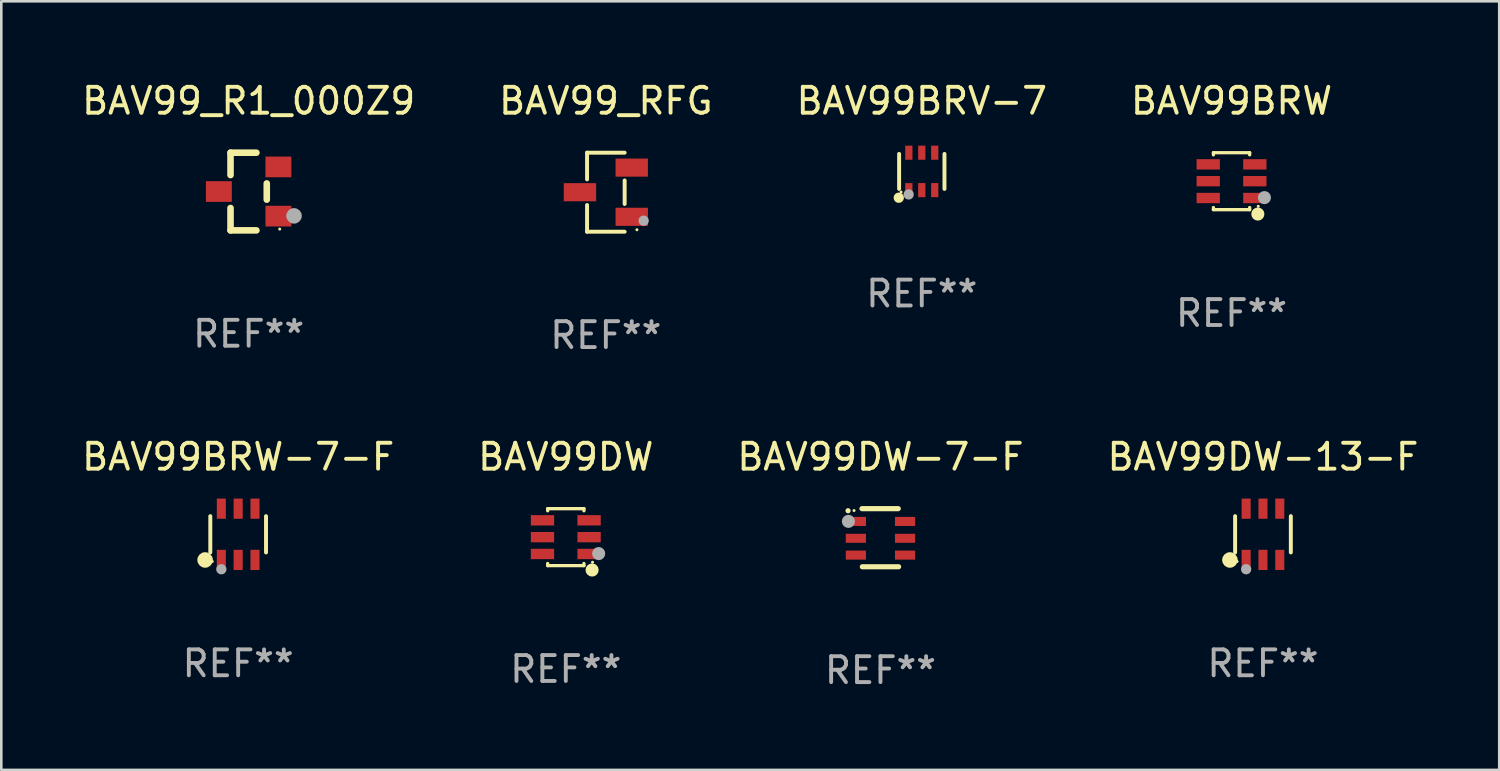
<source format=kicad_pcb>
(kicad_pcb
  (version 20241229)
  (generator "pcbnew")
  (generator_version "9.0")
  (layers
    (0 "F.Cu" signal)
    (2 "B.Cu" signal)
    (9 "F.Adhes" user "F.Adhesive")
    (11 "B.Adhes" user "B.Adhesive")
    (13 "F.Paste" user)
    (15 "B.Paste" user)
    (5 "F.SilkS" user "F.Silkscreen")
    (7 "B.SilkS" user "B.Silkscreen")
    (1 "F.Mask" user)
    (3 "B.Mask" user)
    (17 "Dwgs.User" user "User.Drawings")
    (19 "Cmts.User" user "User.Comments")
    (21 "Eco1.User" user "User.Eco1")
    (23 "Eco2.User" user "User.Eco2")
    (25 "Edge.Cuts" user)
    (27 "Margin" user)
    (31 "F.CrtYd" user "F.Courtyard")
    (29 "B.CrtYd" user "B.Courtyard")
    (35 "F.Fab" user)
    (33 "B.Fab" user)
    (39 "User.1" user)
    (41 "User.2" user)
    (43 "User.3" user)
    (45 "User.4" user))
  (footprint "BAV99DW"
    (layer "F.Cu")
    (at 18.804 17.697)
    (property "Reference" "BAV99DW" (at 0 -3.1 0) (layer "F.SilkS") (effects (font (size 1 1) (thickness 0.15))))
    (attr through_hole)
    (fp_line (start -0.7 -1.018) (end -0.7 -1.1) (stroke (width 0.127) (type solid)) (layer "F.SilkS"))
    (fp_line (start -0.7 1.1) (end -0.7 1.018) (stroke (width 0.127) (type solid)) (layer "F.SilkS"))
    (fp_line (start 0.7 -1.1) (end -0.7 -1.1) (stroke (width 0.127) (type solid)) (layer "F.SilkS"))
    (fp_line (start 0.7 -1.018) (end 0.7 -1.1) (stroke (width 0.127) (type solid)) (layer "F.SilkS"))
    (fp_line (start 0.7 1.1) (end -0.7 1.1) (stroke (width 0.127) (type solid)) (layer "F.SilkS"))
    (fp_line (start 0.7 1.1) (end 0.7 1.018) (stroke (width 0.127) (type solid)) (layer "F.SilkS"))
    (fp_circle (center 1.016 1.27) (end 1.143 1.27) (stroke (width 0.254) (type solid)) (fill no) (layer "F.SilkS"))
    (fp_circle (center 1.032 0.97) (end 1.062 0.97) (stroke (width 0.06) (type solid)) (fill no) (layer "F.SilkS"))
    (fp_circle (center 1.27 0.635) (end 1.397 0.635) (stroke (width 0.254) (type solid)) (fill no) (layer "F.Fab"))
    (fp_text user "REF**" (at 0 5.1 0) (layer "F.Fab") (effects (font (size 1 1) (thickness 0.15))))
    (pad "1" smd rect (at 0.9 0.65 90) (size 0.4 0.9) (layers "F.Cu" "F.Mask" "F.Paste"))
    (pad "2" smd rect (at 0.9 -0.000102 90) (size 0.4 0.9) (layers "F.Cu" "F.Mask" "F.Paste"))
    (pad "3" smd rect (at 0.9 -0.65 90) (size 0.4 0.9) (layers "F.Cu" "F.Mask" "F.Paste"))
    (pad "4" smd rect (at -0.9 -0.65 90) (size 0.4 0.9) (layers "F.Cu" "F.Mask" "F.Paste"))
    (pad "5" smd rect (at -0.9 -0.000102 90) (size 0.4 0.9) (layers "F.Cu" "F.Mask" "F.Paste"))
    (pad "6" smd rect (at -0.9 0.65 90) (size 0.4 0.9) (layers "F.Cu" "F.Mask" "F.Paste")))
  (footprint "BAV99BRV-7"
    (layer "F.Cu")
    (at 32.554 3.571)
    (property "Reference" "BAV99BRV-7" (at 0 -2.723 0) (layer "F.SilkS") (effects (font (size 1 1) (thickness 0.15))))
    (attr through_hole)
    (fp_line (start -0.876 0.676) (end -0.876 -0.676) (stroke (width 0.152) (type solid)) (layer "F.SilkS"))
    (fp_line (start 0.876 0.676) (end 0.876 -0.676) (stroke (width 0.152) (type solid)) (layer "F.SilkS"))
    (fp_circle (center -0.889 1.016) (end -0.789 1.016) (stroke (width 0.2) (type solid)) (fill no) (layer "F.SilkS"))
    (fp_circle (center -0.8 0.795) (end -0.77 0.795) (stroke (width 0.06) (type solid)) (fill no) (layer "F.SilkS"))
    (fp_circle (center -0.508 0.889) (end -0.408 0.889) (stroke (width 0.2) (type solid)) (fill no) (layer "F.Fab"))
    (fp_text user "REF**" (at 0 4.723 0) (layer "F.Fab") (effects (font (size 1 1) (thickness 0.15))))
    (pad "1" smd rect (at -0.5 0.723) (size 0.28 0.545) (layers "F.Cu" "F.Mask" "F.Paste"))
    (pad "2" smd rect (at 0 0.723) (size 0.28 0.545) (layers "F.Cu" "F.Mask" "F.Paste"))
    (pad "3" smd rect (at 0.5 0.723) (size 0.28 0.545) (layers "F.Cu" "F.Mask" "F.Paste"))
    (pad "4" smd rect (at 0.5 -0.723) (size 0.28 0.545) (layers "F.Cu" "F.Mask" "F.Paste"))
    (pad "5" smd rect (at 0 -0.723) (size 0.28 0.545) (layers "F.Cu" "F.Mask" "F.Paste"))
    (pad "6" smd rect (at -0.5 -0.723) (size 0.28 0.545) (layers "F.Cu" "F.Mask" "F.Paste")))
  (footprint "BAV99_R1_000Z9"
    (layer "F.Cu")
    (at 6.554 4.348)
    (property "Reference" "BAV99_R1_000Z9" (at 0 -3.5 0) (layer "F.SilkS") (effects (font (size 1 1) (thickness 0.15))))
    (attr through_hole)
    (fp_line (start -0.7 -1.5) (end 0.3 -1.5) (stroke (width 0.254) (type solid)) (layer "F.SilkS"))
    (fp_line (start -0.7 -0.636) (end -0.7 -1.5) (stroke (width 0.254) (type solid)) (layer "F.SilkS"))
    (fp_line (start -0.7 1.5) (end -0.7 0.636) (stroke (width 0.254) (type solid)) (layer "F.SilkS"))
    (fp_line (start -0.7 1.5) (end 0.3 1.5) (stroke (width 0.254) (type solid)) (layer "F.SilkS"))
    (fp_line (start 0.7 0.314) (end 0.7 -0.314) (stroke (width 0.254) (type solid)) (layer "F.SilkS"))
    (fp_circle (center 1.2 1.45) (end 1.23 1.45) (stroke (width 0.06) (type solid)) (fill no) (layer "F.SilkS"))
    (fp_circle (center 1.753 0.94) (end 1.903 0.94) (stroke (width 0.3) (type solid)) (fill no) (layer "F.Fab"))
    (fp_text user "REF**" (at 0 5.5 0) (layer "F.Fab") (effects (font (size 1 1) (thickness 0.15))))
    (pad "1" smd rect (at 1.15 0.95 180) (size 1 0.8) (layers "F.Cu" "F.Mask" "F.Paste"))
    (pad "2" smd rect (at 1.15 -0.95 180) (size 1 0.8) (layers "F.Cu" "F.Mask" "F.Paste"))
    (pad "3" smd rect (at -1.15 -0.000051 180) (size 1 0.8) (layers "F.Cu" "F.Mask" "F.Paste")))
  (footprint "BAV99_RFG"
    (layer "F.Cu")
    (at 20.351 4.374)
    (property "Reference" "BAV99_RFG" (at 0 -3.526 0) (layer "F.SilkS") (effects (font (size 1 1) (thickness 0.15))))
    (attr through_hole)
    (fp_line (start -0.726 -1.526) (end -0.726 -0.495) (stroke (width 0.152) (type solid)) (layer "F.SilkS"))
    (fp_line (start -0.726 1.526) (end -0.726 0.495) (stroke (width 0.152) (type solid)) (layer "F.SilkS"))
    (fp_line (start 0.726 -1.526) (end -0.726 -1.526) (stroke (width 0.152) (type solid)) (layer "F.SilkS"))
    (fp_line (start 0.726 -0.455) (end 0.726 0.455) (stroke (width 0.152) (type solid)) (layer "F.SilkS"))
    (fp_line (start 0.726 1.526) (end -0.726 1.526) (stroke (width 0.152) (type solid)) (layer "F.SilkS"))
    (fp_circle (center 1.2 1.45) (end 1.23 1.45) (stroke (width 0.06) (type solid)) (fill no) (layer "F.SilkS"))
    (fp_circle (center 1.46 1.1) (end 1.56 1.1) (stroke (width 0.2) (type solid)) (fill no) (layer "F.Fab"))
    (fp_text user "REF**" (at 0 5.526 0) (layer "F.Fab") (effects (font (size 1 1) (thickness 0.15))))
    (pad "1" smd rect (at 1 0.95) (size 1.25 0.7) (layers "F.Cu" "F.Mask" "F.Paste"))
    (pad "2" smd rect (at 1 -0.95) (size 1.25 0.7) (layers "F.Cu" "F.Mask" "F.Paste"))
    (pad "3" smd rect (at -1 0) (size 1.25 0.7) (layers "F.Cu" "F.Mask" "F.Paste")))
  (footprint "BAV99BRW"
    (layer "F.Cu")
    (at 44.518 3.948)
    (property "Reference" "BAV99BRW" (at 0 -3.1 0) (layer "F.SilkS") (effects (font (size 1 1) (thickness 0.15))))
    (attr through_hole)
    (fp_line (start -0.7 -1.018) (end -0.7 -1.1) (stroke (width 0.127) (type solid)) (layer "F.SilkS"))
    (fp_line (start -0.7 1.1) (end -0.7 1.018) (stroke (width 0.127) (type solid)) (layer "F.SilkS"))
    (fp_line (start 0.7 -1.1) (end -0.7 -1.1) (stroke (width 0.127) (type solid)) (layer "F.SilkS"))
    (fp_line (start 0.7 -1.018) (end 0.7 -1.1) (stroke (width 0.127) (type solid)) (layer "F.SilkS"))
    (fp_line (start 0.7 1.1) (end -0.7 1.1) (stroke (width 0.127) (type solid)) (layer "F.SilkS"))
    (fp_line (start 0.7 1.1) (end 0.7 1.018) (stroke (width 0.127) (type solid)) (layer "F.SilkS"))
    (fp_circle (center 1.016 1.27) (end 1.143 1.27) (stroke (width 0.254) (type solid)) (fill no) (layer "F.SilkS"))
    (fp_circle (center 1.032 0.97) (end 1.062 0.97) (stroke (width 0.06) (type solid)) (fill no) (layer "F.SilkS"))
    (fp_circle (center 1.27 0.635) (end 1.397 0.635) (stroke (width 0.254) (type solid)) (fill no) (layer "F.Fab"))
    (fp_text user "REF**" (at 0 5.1 0) (layer "F.Fab") (effects (font (size 1 1) (thickness 0.15))))
    (pad "1" smd rect (at 0.9 0.65 90) (size 0.4 0.9) (layers "F.Cu" "F.Mask" "F.Paste"))
    (pad "2" smd rect (at 0.9 -0.000102 90) (size 0.4 0.9) (layers "F.Cu" "F.Mask" "F.Paste"))
    (pad "3" smd rect (at 0.9 -0.65 90) (size 0.4 0.9) (layers "F.Cu" "F.Mask" "F.Paste"))
    (pad "4" smd rect (at -0.9 -0.65 90) (size 0.4 0.9) (layers "F.Cu" "F.Mask" "F.Paste"))
    (pad "5" smd rect (at -0.9 -0.000102 90) (size 0.4 0.9) (layers "F.Cu" "F.Mask" "F.Paste"))
    (pad "6" smd rect (at -0.9 0.65 90) (size 0.4 0.9) (layers "F.Cu" "F.Mask" "F.Paste")))
  (footprint "BAV99DW-13-F"
    (layer "F.Cu")
    (at 45.732 17.587)
    (property "Reference" "BAV99DW-13-F" (at 0 -2.99 0) (layer "F.SilkS") (effects (font (size 1 1) (thickness 0.15))))
    (attr through_hole)
    (fp_line (start -1.076 0.701) (end -1.076 -0.701) (stroke (width 0.152) (type solid)) (layer "F.SilkS"))
    (fp_line (start 1.076 0.701) (end 1.076 -0.701) (stroke (width 0.152) (type solid)) (layer "F.SilkS"))
    (fp_circle (center -1.277 0.992) (end -1.127 0.992) (stroke (width 0.3) (type solid)) (fill no) (layer "F.SilkS"))
    (fp_circle (center -1 1.05) (end -0.97 1.05) (stroke (width 0.06) (type solid)) (fill no) (layer "F.SilkS"))
    (fp_circle (center -0.65 1.35) (end -0.55 1.35) (stroke (width 0.2) (type solid)) (fill no) (layer "F.Fab"))
    (fp_text user "REF**" (at 0 4.99 0) (layer "F.Fab") (effects (font (size 1 1) (thickness 0.15))))
    (pad "1" smd rect (at -0.65 0.99) (size 0.35 0.78) (layers "F.Cu" "F.Mask" "F.Paste"))
    (pad "2" smd rect (at 0 0.99) (size 0.35 0.78) (layers "F.Cu" "F.Mask" "F.Paste"))
    (pad "3" smd rect (at 0.65 0.99) (size 0.35 0.78) (layers "F.Cu" "F.Mask" "F.Paste"))
    (pad "4" smd rect (at 0.65 -0.99) (size 0.35 0.78) (layers "F.Cu" "F.Mask" "F.Paste"))
    (pad "5" smd rect (at 0 -0.99) (size 0.35 0.78) (layers "F.Cu" "F.Mask" "F.Paste"))
    (pad "6" smd rect (at -0.65 -0.99) (size 0.35 0.78) (layers "F.Cu" "F.Mask" "F.Paste")))
  (footprint "BAV99DW-7-F"
    (layer "F.Cu")
    (at 30.958 17.719)
    (property "Reference" "BAV99DW-7-F" (at 0 -3.122 0) (layer "F.SilkS") (effects (font (size 1 1) (thickness 0.15))))
    (attr through_hole)
    (fp_line (start 0.686 -1.122) (end -0.714 -1.122) (stroke (width 0.2) (type solid)) (layer "F.SilkS"))
    (fp_line (start 0.7 1.122) (end -0.7 1.122) (stroke (width 0.2) (type solid)) (layer "F.SilkS"))
    (fp_arc (start -1.252273 -1.041897) (mid -1.252172 -1.041898) (end -1.25207 -1.041897) (stroke (width 0.2) (type solid)) (layer "F.SilkS"))
    (fp_circle (center -1.021 -1.049) (end -0.991 -1.049) (stroke (width 0.06) (type solid)) (fill no) (layer "F.SilkS"))
    (fp_circle (center -1.239 -0.631) (end -1.112 -0.631) (stroke (width 0.254) (type solid)) (fill no) (layer "F.Fab"))
    (fp_text user "REF**" (at 0 5.122 0) (layer "F.Fab") (effects (font (size 1 1) (thickness 0.15))))
    (pad "1" smd rect (at -0.95 -0.628 270) (size 0.35 0.78) (layers "F.Cu" "F.Mask" "F.Paste"))
    (pad "2" smd rect (at -0.95 0.022 270) (size 0.35 0.78) (layers "F.Cu" "F.Mask" "F.Paste"))
    (pad "3" smd rect (at -0.95 0.672 270) (size 0.35 0.78) (layers "F.Cu" "F.Mask" "F.Paste"))
    (pad "4" smd rect (at 0.95 0.672 90) (size 0.35 0.78) (layers "F.Cu" "F.Mask" "F.Paste"))
    (pad "5" smd rect (at 0.95 0.022 90) (size 0.35 0.78) (layers "F.Cu" "F.Mask" "F.Paste"))
    (pad "6" smd rect (at 0.95 -0.628 90) (size 0.35 0.78) (layers "F.Cu" "F.Mask" "F.Paste")))
  (footprint "BAV99BRW-7-F"
    (layer "F.Cu")
    (at 6.149 17.587)
    (property "Reference" "BAV99BRW-7-F" (at 0 -2.99 0) (layer "F.SilkS") (effects (font (size 1 1) (thickness 0.15))))
    (attr through_hole)
    (fp_line (start -1.076 0.701) (end -1.076 -0.701) (stroke (width 0.152) (type solid)) (layer "F.SilkS"))
    (fp_line (start 1.076 0.701) (end 1.076 -0.701) (stroke (width 0.152) (type solid)) (layer "F.SilkS"))
    (fp_circle (center -1.277 0.992) (end -1.127 0.992) (stroke (width 0.3) (type solid)) (fill no) (layer "F.SilkS"))
    (fp_circle (center -1 1.05) (end -0.97 1.05) (stroke (width 0.06) (type solid)) (fill no) (layer "F.SilkS"))
    (fp_circle (center -0.65 1.35) (end -0.55 1.35) (stroke (width 0.2) (type solid)) (fill no) (layer "F.Fab"))
    (fp_text user "REF**" (at 0 4.99 0) (layer "F.Fab") (effects (font (size 1 1) (thickness 0.15))))
    (pad "1" smd rect (at -0.65 0.99) (size 0.35 0.78) (layers "F.Cu" "F.Mask" "F.Paste"))
    (pad "2" smd rect (at 0 0.99) (size 0.35 0.78) (layers "F.Cu" "F.Mask" "F.Paste"))
    (pad "3" smd rect (at 0.65 0.99) (size 0.35 0.78) (layers "F.Cu" "F.Mask" "F.Paste"))
    (pad "4" smd rect (at 0.65 -0.99) (size 0.35 0.78) (layers "F.Cu" "F.Mask" "F.Paste"))
    (pad "5" smd rect (at 0 -0.99) (size 0.35 0.78) (layers "F.Cu" "F.Mask" "F.Paste"))
    (pad "6" smd rect (at -0.65 -0.99) (size 0.35 0.78) (layers "F.Cu" "F.Mask" "F.Paste")))
  (gr_rect
    (start -3 -3)
    (end 54.857 26.688)
    (stroke (width 0.1) (type default))
    (fill no)
    (layer "Edge.Cuts")))
</source>
